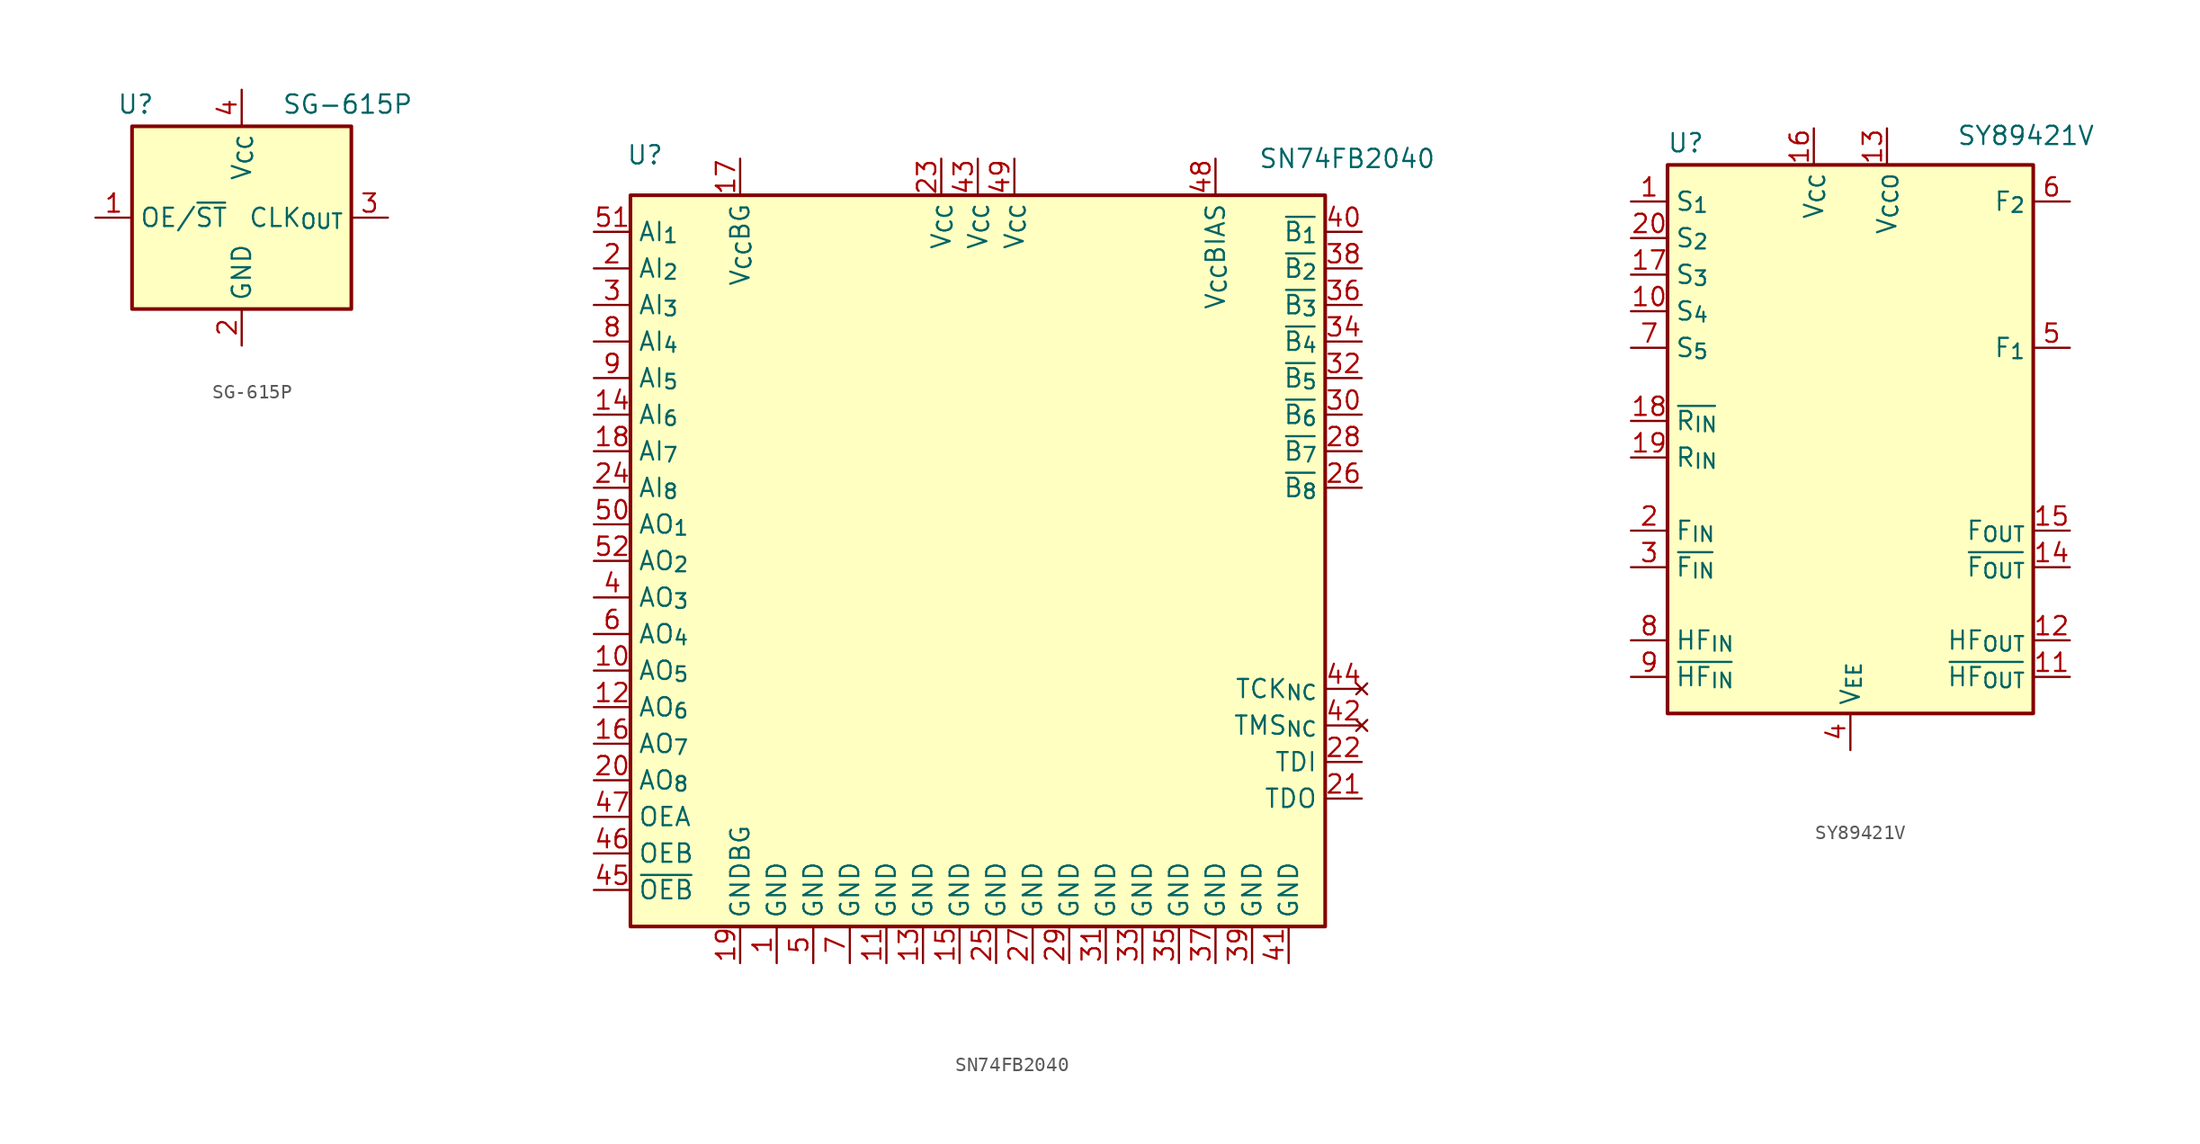
<source format=kicad_sym>
(kicad_symbol_lib
  (version 20231120)
  (generator "kicad_symbol_editor")
  (generator_version "8.0")
  (symbol "SG-615P"
    (property "Reference" "U"
      (at -7.366 7.874 0)
      (effects (font (size 1.27 1.27))))
    (property "Value" "SG-615P"
      (at 7.366 7.874 0)
      (effects (font (size 1.27 1.27))))
    (symbol "SG-615P_1_1"
      (rectangle (start -7.62 6.35) (end 7.62 -6.35) (stroke (width 0.254) (type default)) (fill (type background)))
      (pin input line (at -10.16 0 0) (length 2.54) (name "OE/~{ST}" (effects (font (size 1.27 1.27)))) (number "1" (effects (font (size 1.27 1.27)))))
      (pin power_in line (at 0 -8.89 90) (length 2.54) (name "GND" (effects (font (size 1.27 1.27)))) (number "2" (effects (font (size 1.27 1.27)))))
      (pin output line (at 10.16 0 180) (length 2.54) (name "CLK_{OUT}" (effects (font (size 1.27 1.27)))) (number "3" (effects (font (size 1.27 1.27)))))
      (pin power_in line (at 0 8.89 270) (length 2.54) (name "V_{CC}" (effects (font (size 1.27 1.27)))) (number "4" (effects (font (size 1.27 1.27)))))))
  (symbol "SN74FB2040"
    (property "Reference" "U"
      (at -23.114 28.194 0)
      (effects (font (size 1.27 1.27))))
    (property "Value" "SN74FB2040"
      (at 25.654 27.94 0)
      (effects (font (size 1.27 1.27))))
    (symbol "SN74FB2040_1_1"
      (rectangle (start -24.13 25.4) (end 24.13 -25.4) (stroke (width 0.254) (type default)) (fill (type background)))
      (pin power_in line (at -13.97 -27.94 90) (length 2.54) (name "GND" (effects (font (size 1.27 1.27)))) (number "1" (effects (font (size 1.27 1.27)))))
      (pin output line (at -26.67 -7.62 0) (length 2.54) (name "AO_{5}" (effects (font (size 1.27 1.27)))) (number "10" (effects (font (size 1.27 1.27)))))
      (pin power_in line (at -6.35 -27.94 90) (length 2.54) (name "GND" (effects (font (size 1.27 1.27)))) (number "11" (effects (font (size 1.27 1.27)))))
      (pin output line (at -26.67 -10.16 0) (length 2.54) (name "AO_{6}" (effects (font (size 1.27 1.27)))) (number "12" (effects (font (size 1.27 1.27)))))
      (pin power_in line (at -3.81 -27.94 90) (length 2.54) (name "GND" (effects (font (size 1.27 1.27)))) (number "13" (effects (font (size 1.27 1.27)))))
      (pin input line (at -26.67 10.16 0) (length 2.54) (name "AI_{6}" (effects (font (size 1.27 1.27)))) (number "14" (effects (font (size 1.27 1.27)))))
      (pin power_in line (at -1.27 -27.94 90) (length 2.54) (name "GND" (effects (font (size 1.27 1.27)))) (number "15" (effects (font (size 1.27 1.27)))))
      (pin output line (at -26.67 -12.7 0) (length 2.54) (name "AO_{7}" (effects (font (size 1.27 1.27)))) (number "16" (effects (font (size 1.27 1.27)))))
      (pin power_in line (at -16.51 27.94 270) (length 2.54) (name "V_{CC}BG" (effects (font (size 1.27 1.27)))) (number "17" (effects (font (size 1.27 1.27)))))
      (pin input line (at -26.67 7.62 0) (length 2.54) (name "AI_{7}" (effects (font (size 1.27 1.27)))) (number "18" (effects (font (size 1.27 1.27)))))
      (pin power_in line (at -16.51 -27.94 90) (length 2.54) (name "GNDBG" (effects (font (size 1.27 1.27)))) (number "19" (effects (font (size 1.27 1.27)))))
      (pin input line (at -26.67 20.32 0) (length 2.54) (name "AI_{2}" (effects (font (size 1.27 1.27)))) (number "2" (effects (font (size 1.27 1.27)))))
      (pin output line (at -26.67 -15.24 0) (length 2.54) (name "AO_{8}" (effects (font (size 1.27 1.27)))) (number "20" (effects (font (size 1.27 1.27)))))
      (pin output line (at 26.67 -16.51 180) (length 2.54) (name "TDO" (effects (font (size 1.27 1.27)))) (number "21" (effects (font (size 1.27 1.27)))))
      (pin input line (at 26.67 -13.97 180) (length 2.54) (name "TDI" (effects (font (size 1.27 1.27)))) (number "22" (effects (font (size 1.27 1.27)))))
      (pin power_in line (at -2.54 27.94 270) (length 2.54) (name "V_{CC}" (effects (font (size 1.27 1.27)))) (number "23" (effects (font (size 1.27 1.27)))))
      (pin input line (at -26.67 5.08 0) (length 2.54) (name "AI_{8}" (effects (font (size 1.27 1.27)))) (number "24" (effects (font (size 1.27 1.27)))))
      (pin power_in line (at 1.27 -27.94 90) (length 2.54) (name "GND" (effects (font (size 1.27 1.27)))) (number "25" (effects (font (size 1.27 1.27)))))
      (pin bidirectional line (at 26.67 5.08 180) (length 2.54) (name "~{B_{8}}" (effects (font (size 1.27 1.27)))) (number "26" (effects (font (size 1.27 1.27)))))
      (pin power_in line (at 3.81 -27.94 90) (length 2.54) (name "GND" (effects (font (size 1.27 1.27)))) (number "27" (effects (font (size 1.27 1.27)))))
      (pin bidirectional line (at 26.67 7.62 180) (length 2.54) (name "~{B_{7}}" (effects (font (size 1.27 1.27)))) (number "28" (effects (font (size 1.27 1.27)))))
      (pin power_in line (at 6.35 -27.94 90) (length 2.54) (name "GND" (effects (font (size 1.27 1.27)))) (number "29" (effects (font (size 1.27 1.27)))))
      (pin input line (at -26.67 17.78 0) (length 2.54) (name "AI_{3}" (effects (font (size 1.27 1.27)))) (number "3" (effects (font (size 1.27 1.27)))))
      (pin bidirectional line (at 26.67 10.16 180) (length 2.54) (name "~{B_{6}}" (effects (font (size 1.27 1.27)))) (number "30" (effects (font (size 1.27 1.27)))))
      (pin power_in line (at 8.89 -27.94 90) (length 2.54) (name "GND" (effects (font (size 1.27 1.27)))) (number "31" (effects (font (size 1.27 1.27)))))
      (pin bidirectional line (at 26.67 12.7 180) (length 2.54) (name "~{B_{5}}" (effects (font (size 1.27 1.27)))) (number "32" (effects (font (size 1.27 1.27)))))
      (pin power_in line (at 11.43 -27.94 90) (length 2.54) (name "GND" (effects (font (size 1.27 1.27)))) (number "33" (effects (font (size 1.27 1.27)))))
      (pin bidirectional line (at 26.67 15.24 180) (length 2.54) (name "~{B_{4}}" (effects (font (size 1.27 1.27)))) (number "34" (effects (font (size 1.27 1.27)))))
      (pin power_in line (at 13.97 -27.94 90) (length 2.54) (name "GND" (effects (font (size 1.27 1.27)))) (number "35" (effects (font (size 1.27 1.27)))))
      (pin bidirectional line (at 26.67 17.78 180) (length 2.54) (name "~{B_{3}}" (effects (font (size 1.27 1.27)))) (number "36" (effects (font (size 1.27 1.27)))))
      (pin power_in line (at 16.51 -27.94 90) (length 2.54) (name "GND" (effects (font (size 1.27 1.27)))) (number "37" (effects (font (size 1.27 1.27)))))
      (pin bidirectional line (at 26.67 20.32 180) (length 2.54) (name "~{B_{2}}" (effects (font (size 1.27 1.27)))) (number "38" (effects (font (size 1.27 1.27)))))
      (pin power_in line (at 19.05 -27.94 90) (length 2.54) (name "GND" (effects (font (size 1.27 1.27)))) (number "39" (effects (font (size 1.27 1.27)))))
      (pin output line (at -26.67 -2.54 0) (length 2.54) (name "AO_{3}" (effects (font (size 1.27 1.27)))) (number "4" (effects (font (size 1.27 1.27)))))
      (pin bidirectional line (at 26.67 22.86 180) (length 2.54) (name "~{B_{1}}" (effects (font (size 1.27 1.27)))) (number "40" (effects (font (size 1.27 1.27)))))
      (pin power_in line (at 21.59 -27.94 90) (length 2.54) (name "GND" (effects (font (size 1.27 1.27)))) (number "41" (effects (font (size 1.27 1.27)))))
      (pin no_connect line (at 26.67 -11.43 180) (length 2.54) (name "TMS_{NC}" (effects (font (size 1.27 1.27)))) (number "42" (effects (font (size 1.27 1.27)))))
      (pin power_in line (at 0 27.94 270) (length 2.54) (name "V_{CC}" (effects (font (size 1.27 1.27)))) (number "43" (effects (font (size 1.27 1.27)))))
      (pin no_connect line (at 26.67 -8.89 180) (length 2.54) (name "TCK_{NC}" (effects (font (size 1.27 1.27)))) (number "44" (effects (font (size 1.27 1.27)))))
      (pin input line (at -26.67 -22.86 0) (length 2.54) (name "~{OEB}" (effects (font (size 1.27 1.27)))) (number "45" (effects (font (size 1.27 1.27)))))
      (pin input line (at -26.67 -20.32 0) (length 2.54) (name "OEB" (effects (font (size 1.27 1.27)))) (number "46" (effects (font (size 1.27 1.27)))))
      (pin input line (at -26.67 -17.78 0) (length 2.54) (name "OEA" (effects (font (size 1.27 1.27)))) (number "47" (effects (font (size 1.27 1.27)))))
      (pin power_in line (at 16.51 27.94 270) (length 2.54) (name "V_{CC}BIAS" (effects (font (size 1.27 1.27)))) (number "48" (effects (font (size 1.27 1.27)))))
      (pin power_in line (at 2.54 27.94 270) (length 2.54) (name "V_{CC}" (effects (font (size 1.27 1.27)))) (number "49" (effects (font (size 1.27 1.27)))))
      (pin power_in line (at -11.43 -27.94 90) (length 2.54) (name "GND" (effects (font (size 1.27 1.27)))) (number "5" (effects (font (size 1.27 1.27)))))
      (pin output line (at -26.67 2.54 0) (length 2.54) (name "AO_{1}" (effects (font (size 1.27 1.27)))) (number "50" (effects (font (size 1.27 1.27)))))
      (pin input line (at -26.67 22.86 0) (length 2.54) (name "AI_{1}" (effects (font (size 1.27 1.27)))) (number "51" (effects (font (size 1.27 1.27)))))
      (pin output line (at -26.67 0 0) (length 2.54) (name "AO_{2}" (effects (font (size 1.27 1.27)))) (number "52" (effects (font (size 1.27 1.27)))))
      (pin output line (at -26.67 -5.08 0) (length 2.54) (name "AO_{4}" (effects (font (size 1.27 1.27)))) (number "6" (effects (font (size 1.27 1.27)))))
      (pin power_in line (at -8.89 -27.94 90) (length 2.54) (name "GND" (effects (font (size 1.27 1.27)))) (number "7" (effects (font (size 1.27 1.27)))))
      (pin input line (at -26.67 15.24 0) (length 2.54) (name "AI_{4}" (effects (font (size 1.27 1.27)))) (number "8" (effects (font (size 1.27 1.27)))))
      (pin input line (at -26.67 12.7 0) (length 2.54) (name "AI_{5}" (effects (font (size 1.27 1.27)))) (number "9" (effects (font (size 1.27 1.27)))))))
  (symbol "SY89421V"
    (property "Reference" "U"
      (at -11.43 20.574 0)
      (effects (font (size 1.27 1.27))))
    (property "Value" "SY89421V"
      (at 12.192 21.082 0)
      (effects (font (size 1.27 1.27))))
    (symbol "SY89421V_1_1"
      (rectangle (start -12.7 19.05) (end 12.7 -19.05) (stroke (width 0.254) (type default)) (fill (type background)))
      (pin input line (at -15.24 16.51 0) (length 2.54) (name "S_{1}" (effects (font (size 1.27 1.27)))) (number "1" (effects (font (size 1.27 1.27)))))
      (pin input line (at -15.24 8.89 0) (length 2.54) (name "S_{4}" (effects (font (size 1.27 1.27)))) (number "10" (effects (font (size 1.27 1.27)))))
      (pin open_emitter line (at 15.24 -16.51 180) (length 2.54) (name "~{HF_{OUT}}" (effects (font (size 1.27 1.27)))) (number "11" (effects (font (size 1.27 1.27)))))
      (pin open_emitter line (at 15.24 -13.97 180) (length 2.54) (name "HF_{OUT}" (effects (font (size 1.27 1.27)))) (number "12" (effects (font (size 1.27 1.27)))))
      (pin power_in line (at 2.54 21.59 270) (length 2.54) (name "V_{CCO}" (effects (font (size 1.27 1.27)))) (number "13" (effects (font (size 1.27 1.27)))))
      (pin open_emitter line (at 15.24 -8.89 180) (length 2.54) (name "~{F_{OUT}}" (effects (font (size 1.27 1.27)))) (number "14" (effects (font (size 1.27 1.27)))))
      (pin open_emitter line (at 15.24 -6.35 180) (length 2.54) (name "F_{OUT}" (effects (font (size 1.27 1.27)))) (number "15" (effects (font (size 1.27 1.27)))))
      (pin power_in line (at -2.54 21.59 270) (length 2.54) (name "V_{CC}" (effects (font (size 1.27 1.27)))) (number "16" (effects (font (size 1.27 1.27)))))
      (pin input line (at -15.24 11.43 0) (length 2.54) (name "S_{3}" (effects (font (size 1.27 1.27)))) (number "17" (effects (font (size 1.27 1.27)))))
      (pin input line (at -15.24 1.27 0) (length 2.54) (name "~{R_{IN}}" (effects (font (size 1.27 1.27)))) (number "18" (effects (font (size 1.27 1.27)))))
      (pin input line (at -15.24 -1.27 0) (length 2.54) (name "R_{IN}" (effects (font (size 1.27 1.27)))) (number "19" (effects (font (size 1.27 1.27)))))
      (pin input line (at -15.24 -6.35 0) (length 2.54) (name "F_{IN}" (effects (font (size 1.27 1.27)))) (number "2" (effects (font (size 1.27 1.27)))))
      (pin input line (at -15.24 13.97 0) (length 2.54) (name "S_{2}" (effects (font (size 1.27 1.27)))) (number "20" (effects (font (size 1.27 1.27)))))
      (pin input line (at -15.24 -8.89 0) (length 2.54) (name "~{F_{IN}}" (effects (font (size 1.27 1.27)))) (number "3" (effects (font (size 1.27 1.27)))))
      (pin power_in line (at 0 -21.59 90) (length 2.54) (name "V_{EE}" (effects (font (size 1.27 1.27)))) (number "4" (effects (font (size 1.27 1.27)))))
      (pin passive line (at 15.24 6.35 180) (length 2.54) (name "F_{1}" (effects (font (size 1.27 1.27)))) (number "5" (effects (font (size 1.27 1.27)))))
      (pin passive line (at 15.24 16.51 180) (length 2.54) (name "F_{2}" (effects (font (size 1.27 1.27)))) (number "6" (effects (font (size 1.27 1.27)))))
      (pin input line (at -15.24 6.35 0) (length 2.54) (name "S_{5}" (effects (font (size 1.27 1.27)))) (number "7" (effects (font (size 1.27 1.27)))))
      (pin input line (at -15.24 -13.97 0) (length 2.54) (name "HF_{IN}" (effects (font (size 1.27 1.27)))) (number "8" (effects (font (size 1.27 1.27)))))
      (pin input line (at -15.24 -16.51 0) (length 2.54) (name "~{HF_{IN}}" (effects (font (size 1.27 1.27)))) (number "9" (effects (font (size 1.27 1.27))))))))
</source>
